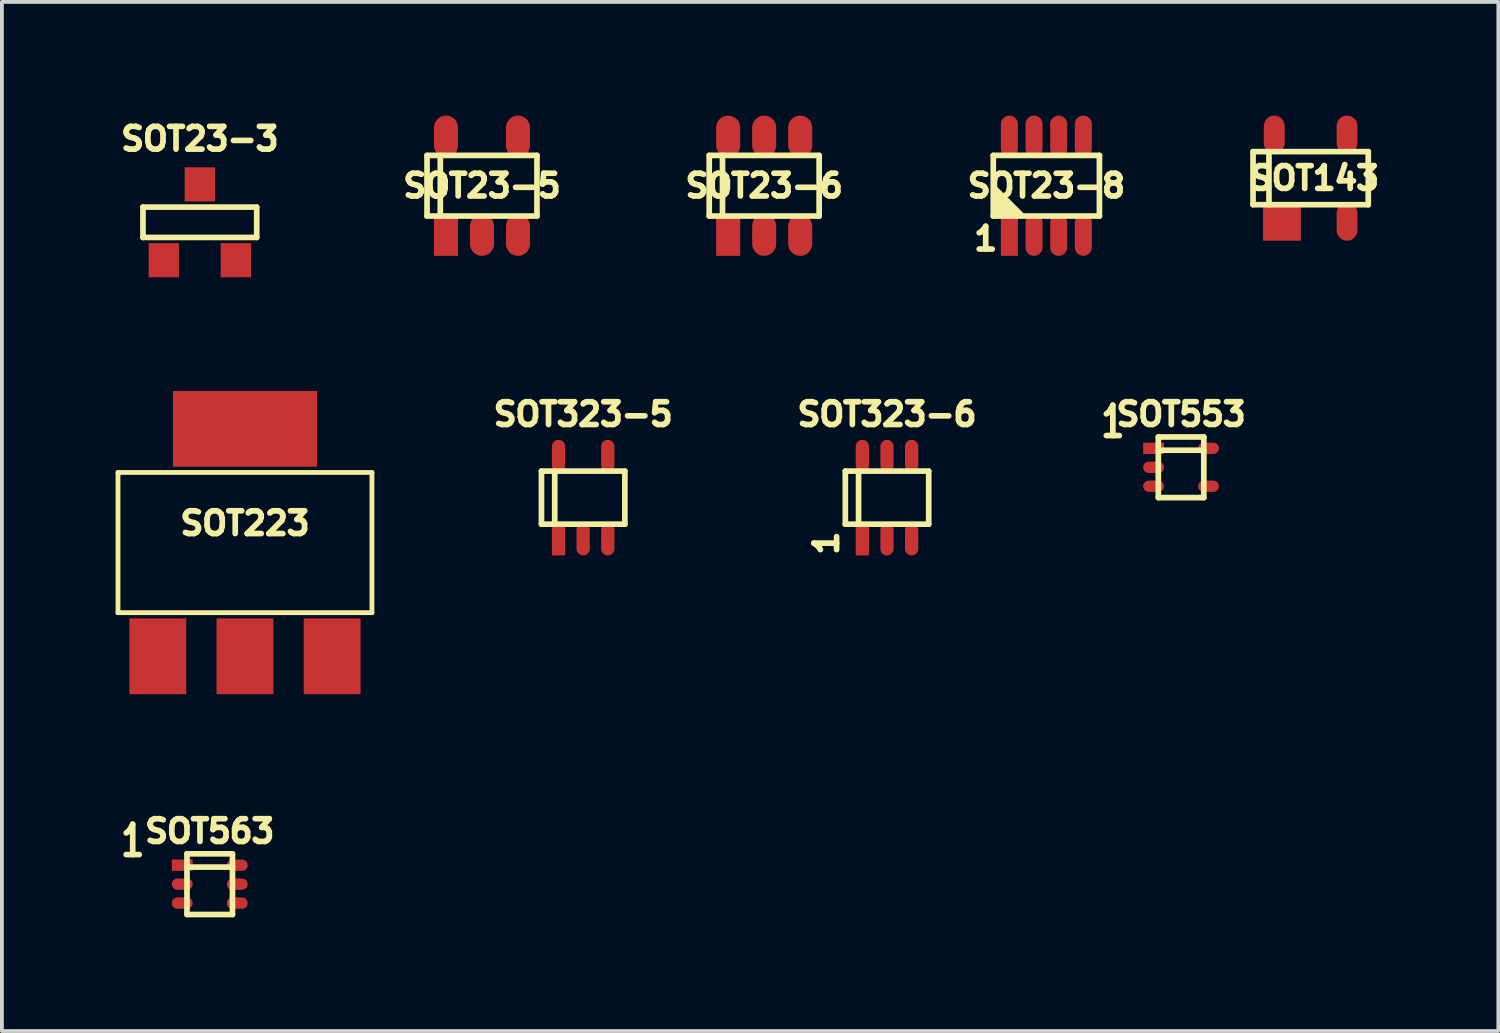
<source format=kicad_pcb>
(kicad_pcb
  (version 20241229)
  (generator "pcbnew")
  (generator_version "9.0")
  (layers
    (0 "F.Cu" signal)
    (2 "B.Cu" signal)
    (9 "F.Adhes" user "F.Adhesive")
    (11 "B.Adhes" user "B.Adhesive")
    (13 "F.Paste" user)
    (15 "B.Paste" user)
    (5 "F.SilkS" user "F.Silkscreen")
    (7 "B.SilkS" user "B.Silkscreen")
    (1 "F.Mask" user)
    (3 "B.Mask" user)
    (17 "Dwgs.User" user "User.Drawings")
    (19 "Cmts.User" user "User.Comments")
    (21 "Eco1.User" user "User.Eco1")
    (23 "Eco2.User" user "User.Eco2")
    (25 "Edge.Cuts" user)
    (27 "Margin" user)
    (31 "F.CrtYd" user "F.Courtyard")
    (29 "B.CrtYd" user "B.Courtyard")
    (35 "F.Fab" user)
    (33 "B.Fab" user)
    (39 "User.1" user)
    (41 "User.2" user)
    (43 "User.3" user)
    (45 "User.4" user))
  (footprint "SOT23-3"
    (layer "F.Cu")
    (at 2.222 2.814)
    (property "Reference" "SOT23-3" (at 0 -2.2 0) (layer "F.SilkS") (effects (font (size 0.6 0.6) (thickness 0.15))))
    (attr smd)
    (fp_line (start -1.5 -0.4) (end 1.5 -0.4) (stroke (width 0.15) (type solid)) (layer "F.SilkS"))
    (fp_line (start -1.5 0.4) (end -1.5 -0.4) (stroke (width 0.15) (type solid)) (layer "F.SilkS"))
    (fp_line (start 1.5 -0.4) (end 1.5 0.4) (stroke (width 0.15) (type solid)) (layer "F.SilkS"))
    (fp_line (start 1.5 0.4) (end -1.5 0.4) (stroke (width 0.15) (type solid)) (layer "F.SilkS"))
    (pad "1" smd rect (at -0.95 1) (size 0.8 0.9) (layers "F.Cu" "F.Mask" "F.Paste"))
    (pad "2" smd rect (at 0.95 1) (size 0.8 0.9) (layers "F.Cu" "F.Mask" "F.Paste"))
    (pad "3" smd rect (at 0 -1) (size 0.8 0.9) (layers "F.Cu" "F.Mask" "F.Paste")))
  (footprint "SOT23-5"
    (layer "F.Cu")
    (at 9.666 1.85)
    (property "Reference" "SOT23-5" (at 0 0 0) (layer "F.SilkS") (effects (font (size 0.6 0.6) (thickness 0.15))))
    (attr through_hole)
    (fp_line (start -1.45 -0.8) (end 1.45 -0.8) (stroke (width 0.15) (type solid)) (layer "F.SilkS"))
    (fp_line (start -1.45 0.8) (end -1.45 -0.8) (stroke (width 0.15) (type solid)) (layer "F.SilkS"))
    (fp_line (start -1.1 0.8) (end -1.1 -0.8) (stroke (width 0.15) (type solid)) (layer "F.SilkS"))
    (fp_line (start 1.45 -0.8) (end 1.45 0.8) (stroke (width 0.15) (type solid)) (layer "F.SilkS"))
    (fp_line (start 1.45 0.8) (end -1.45 0.8) (stroke (width 0.15) (type solid)) (layer "F.SilkS"))
    (pad "1" smd rect (at -0.95 1.3) (size 0.635 1.1) (layers "F.Cu" "F.Mask" "F.Paste"))
    (pad "2" smd oval (at 0 1.3) (size 0.635 1.1) (layers "F.Cu" "F.Mask" "F.Paste"))
    (pad "3" smd oval (at 0.95 1.3) (size 0.635 1.1) (layers "F.Cu" "F.Mask" "F.Paste"))
    (pad "4" smd oval (at 0.95 -1.3) (size 0.635 1.1) (layers "F.Cu" "F.Mask" "F.Paste"))
    (pad "5" smd oval (at -0.95 -1.3) (size 0.635 1.1) (layers "F.Cu" "F.Mask" "F.Paste")))
  (footprint "SOT323-5"
    (layer "F.Cu")
    (at 12.335 10.079)
    (property "Reference" "SOT323-5" (at 0 -2.2 0) (layer "F.SilkS") (effects (font (size 0.6 0.6) (thickness 0.15))))
    (attr smd)
    (fp_line (start -1.1 -0.7) (end 1.1 -0.7) (stroke (width 0.15) (type solid)) (layer "F.SilkS"))
    (fp_line (start -1.1 0.7) (end -1.1 -0.7) (stroke (width 0.15) (type solid)) (layer "F.SilkS"))
    (fp_line (start -0.75 -0.7) (end -0.75 0.7) (stroke (width 0.15) (type solid)) (layer "F.SilkS"))
    (fp_line (start 1.1 -0.7) (end 1.1 0.7) (stroke (width 0.15) (type solid)) (layer "F.SilkS"))
    (fp_line (start 1.1 0.7) (end -1.1 0.7) (stroke (width 0.15) (type solid)) (layer "F.SilkS"))
    (pad "1" smd rect (at -0.65 1.1) (size 0.35 0.85) (layers "F.Cu" "F.Mask" "F.Paste"))
    (pad "2" smd oval (at 0 1.1) (size 0.35 0.85) (layers "F.Cu" "F.Mask" "F.Paste"))
    (pad "3" smd oval (at 0.65 1.1) (size 0.35 0.85) (layers "F.Cu" "F.Mask" "F.Paste"))
    (pad "4" smd oval (at 0.65 -1.1) (size 0.35 0.85) (layers "F.Cu" "F.Mask" "F.Paste"))
    (pad "5" smd oval (at -0.65 -1.1) (size 0.35 0.85) (layers "F.Cu" "F.Mask" "F.Paste")))
  (footprint "SOT563"
    (layer "F.Cu")
    (at 2.483 20.276)
    (property "Reference" "SOT563" (at 0 -1.397 0) (layer "F.SilkS") (effects (font (size 0.6 0.6) (thickness 0.15))))
    (attr smd)
    (fp_line (start -0.6 -0.8) (end 0.6 -0.8) (stroke (width 0.15) (type solid)) (layer "F.SilkS"))
    (fp_line (start -0.6 -0.45) (end 0.6 -0.45) (stroke (width 0.15) (type solid)) (layer "F.SilkS"))
    (fp_line (start -0.6 0.8) (end -0.6 -0.8) (stroke (width 0.15) (type solid)) (layer "F.SilkS"))
    (fp_line (start 0.6 -0.8) (end 0.6 0.8) (stroke (width 0.15) (type solid)) (layer "F.SilkS"))
    (fp_line (start 0.6 0.8) (end -0.6 0.8) (stroke (width 0.15) (type solid)) (layer "F.SilkS"))
    (fp_text user "1" (at -2.032 -1.143 0) (layer "F.SilkS") (effects (font (size 0.8 0.6) (thickness 0.15))))
    (pad "1" smd rect (at -0.725 -0.5) (size 0.55 0.3) (layers "F.Cu" "F.Mask" "F.Paste"))
    (pad "2" smd oval (at -0.725 0) (size 0.55 0.3) (layers "F.Cu" "F.Mask" "F.Paste"))
    (pad "3" smd oval (at -0.725 0.5) (size 0.55 0.3) (layers "F.Cu" "F.Mask" "F.Paste"))
    (pad "4" smd oval (at 0.725 0.5) (size 0.55 0.3) (layers "F.Cu" "F.Mask" "F.Paste"))
    (pad "5" smd oval (at 0.725 0) (size 0.55 0.3) (layers "F.Cu" "F.Mask" "F.Paste"))
    (pad "6" smd oval (at 0.725 -0.5) (size 0.55 0.3) (layers "F.Cu" "F.Mask" "F.Paste")))
  (footprint "SOT143"
    (layer "F.Cu")
    (at 31.528 1.65)
    (property "Reference" "SOT143" (at 0.1 0 0) (layer "F.SilkS") (effects (font (size 0.6 0.6) (thickness 0.15))))
    (attr smd)
    (fp_line (start -1.52 -0.7) (end 1.52 -0.7) (stroke (width 0.15) (type solid)) (layer "F.SilkS"))
    (fp_line (start -1.52 0.7) (end -1.52 -0.7) (stroke (width 0.15) (type solid)) (layer "F.SilkS"))
    (fp_line (start -1.1 0.7) (end -1.1 -0.7) (stroke (width 0.15) (type solid)) (layer "F.SilkS"))
    (fp_line (start 1.52 -0.7) (end 1.52 0.7) (stroke (width 0.15) (type solid)) (layer "F.SilkS"))
    (fp_line (start 1.52 0.7) (end -1.52 0.7) (stroke (width 0.15) (type solid)) (layer "F.SilkS"))
    (pad "1" smd rect (at -0.76 1.15) (size 1 1) (layers "F.Cu" "F.Mask" "F.Paste"))
    (pad "2" smd oval (at 0.96 1.15) (size 0.55 1) (layers "F.Cu" "F.Mask" "F.Paste"))
    (pad "3" smd oval (at 0.96 -1.15) (size 0.55 1) (layers "F.Cu" "F.Mask" "F.Paste"))
    (pad "4" smd oval (at -0.96 -1.15) (size 0.55 1) (layers "F.Cu" "F.Mask" "F.Paste")))
  (footprint "SOT23-8"
    (layer "F.Cu")
    (at 24.555 1.85)
    (property "Reference" "SOT23-8" (at 0 0 0) (layer "F.SilkS") (effects (font (size 0.6 0.6) (thickness 0.15))))
    (attr through_hole)
    (fp_line (start -1.4 -0.8) (end 1.4 -0.8) (stroke (width 0.15) (type solid)) (layer "F.SilkS"))
    (fp_line (start -1.4 0.8) (end -1.4 -0.8) (stroke (width 0.15) (type solid)) (layer "F.SilkS"))
    (fp_line (start 1.4 -0.8) (end 1.4 0.8) (stroke (width 0.15) (type solid)) (layer "F.SilkS"))
    (fp_line (start 1.4 0.8) (end -1.4 0.8) (stroke (width 0.15) (type solid)) (layer "F.SilkS"))
    (fp_poly (pts (xy -0.6 0.8) (xy -1.4 0.8) (xy -1.4 0)) (stroke (width 0.1) (type solid)) (fill yes) (layer "F.SilkS"))
    (fp_text user "1" (at -1.6 1.4 0) (layer "F.SilkS") (effects (font (size 0.6 0.6) (thickness 0.15))))
    (pad "1" smd rect (at -0.975 1.3) (size 0.45 1.1) (layers "F.Cu" "F.Mask" "F.Paste"))
    (pad "2" smd oval (at -0.325 1.3) (size 0.45 1.1) (layers "F.Cu" "F.Mask" "F.Paste"))
    (pad "3" smd oval (at 0.325 1.3) (size 0.45 1.1) (layers "F.Cu" "F.Mask" "F.Paste"))
    (pad "4" smd oval (at 0.975 1.3) (size 0.45 1.1) (layers "F.Cu" "F.Mask" "F.Paste"))
    (pad "5" smd oval (at 0.975 -1.3) (size 0.45 1.1) (layers "F.Cu" "F.Mask" "F.Paste"))
    (pad "6" smd oval (at 0.325 -1.3) (size 0.45 1.1) (layers "F.Cu" "F.Mask" "F.Paste"))
    (pad "7" smd oval (at -0.325 -1.3) (size 0.45 1.1) (layers "F.Cu" "F.Mask" "F.Paste"))
    (pad "8" smd oval (at -0.975 -1.3) (size 0.45 1.1) (layers "F.Cu" "F.Mask" "F.Paste")))
  (footprint "SOT553"
    (layer "F.Cu")
    (at 28.109 9.278)
    (property "Reference" "SOT553" (at 0 -1.4 0) (layer "F.SilkS") (effects (font (size 0.6 0.6) (thickness 0.15))))
    (attr smd)
    (fp_line (start -0.6 -0.8) (end 0.6 -0.8) (stroke (width 0.15) (type solid)) (layer "F.SilkS"))
    (fp_line (start -0.6 -0.45) (end 0.6 -0.45) (stroke (width 0.15) (type solid)) (layer "F.SilkS"))
    (fp_line (start -0.6 0.8) (end -0.6 -0.8) (stroke (width 0.15) (type solid)) (layer "F.SilkS"))
    (fp_line (start 0.6 -0.8) (end 0.6 0.8) (stroke (width 0.15) (type solid)) (layer "F.SilkS"))
    (fp_line (start 0.6 0.8) (end -0.6 0.8) (stroke (width 0.15) (type solid)) (layer "F.SilkS"))
    (fp_text user "1" (at -1.8 -1.2 0) (layer "F.SilkS") (effects (font (size 0.8 0.6) (thickness 0.15))))
    (pad "1" smd rect (at -0.725 -0.5) (size 0.55 0.3) (layers "F.Cu" "F.Mask" "F.Paste"))
    (pad "2" smd oval (at -0.725 0) (size 0.55 0.3) (layers "F.Cu" "F.Mask" "F.Paste"))
    (pad "3" smd oval (at -0.725 0.5) (size 0.55 0.3) (layers "F.Cu" "F.Mask" "F.Paste"))
    (pad "4" smd oval (at 0.725 0.5) (size 0.55 0.3) (layers "F.Cu" "F.Mask" "F.Paste"))
    (pad "5" smd oval (at 0.725 -0.5) (size 0.55 0.3) (layers "F.Cu" "F.Mask" "F.Paste")))
  (footprint "SOT23-6"
    (layer "F.Cu")
    (at 17.111 1.85)
    (property "Reference" "SOT23-6" (at 0 0 0) (layer "F.SilkS") (effects (font (size 0.6 0.6) (thickness 0.15))))
    (attr smd)
    (fp_line (start -1.45 -0.8) (end 1.45 -0.8) (stroke (width 0.15) (type solid)) (layer "F.SilkS"))
    (fp_line (start -1.45 0.8) (end -1.45 -0.8) (stroke (width 0.15) (type solid)) (layer "F.SilkS"))
    (fp_line (start -1.1 0.8) (end -1.1 -0.8) (stroke (width 0.15) (type solid)) (layer "F.SilkS"))
    (fp_line (start 1.45 -0.8) (end 1.45 0.8) (stroke (width 0.15) (type solid)) (layer "F.SilkS"))
    (fp_line (start 1.45 0.8) (end -1.45 0.8) (stroke (width 0.15) (type solid)) (layer "F.SilkS"))
    (pad "1" smd rect (at -0.95 1.3) (size 0.635 1.1) (layers "F.Cu" "F.Mask" "F.Paste"))
    (pad "2" smd oval (at 0 1.3) (size 0.635 1.1) (layers "F.Cu" "F.Mask" "F.Paste"))
    (pad "3" smd oval (at 0.95 1.3) (size 0.635 1.1) (layers "F.Cu" "F.Mask" "F.Paste"))
    (pad "4" smd oval (at 0.95 -1.3) (size 0.635 1.1) (layers "F.Cu" "F.Mask" "F.Paste"))
    (pad "5" smd oval (at 0 -1.3) (size 0.635 1.1) (layers "F.Cu" "F.Mask" "F.Paste"))
    (pad "6" smd oval (at -0.95 -1.3) (size 0.635 1.1) (layers "F.Cu" "F.Mask" "F.Paste")))
  (footprint "SOT223"
    (layer "F.Cu")
    (at 3.413 11.264)
    (property "Reference" "SOT223" (at 0 -0.508 0) (layer "F.SilkS") (effects (font (size 0.6 0.6) (thickness 0.15))))
    (attr smd)
    (fp_line (start -3.35 -1.85) (end 3.35 -1.85) (stroke (width 0.127) (type solid)) (layer "F.SilkS"))
    (fp_line (start -3.35 1.85) (end -3.35 -1.85) (stroke (width 0.127) (type solid)) (layer "F.SilkS"))
    (fp_line (start 3.35 -1.85) (end 3.35 1.85) (stroke (width 0.127) (type solid)) (layer "F.SilkS"))
    (fp_line (start 3.35 1.85) (end -3.35 1.85) (stroke (width 0.127) (type solid)) (layer "F.SilkS"))
    (pad "1" smd rect (at -2.3 3) (size 1.5 2) (layers "F.Cu" "F.Mask" "F.Paste"))
    (pad "2" smd rect (at 0 -3) (size 3.8 2) (layers "F.Cu" "F.Mask" "F.Paste"))
    (pad "2" smd rect (at 0 3) (size 1.5 2) (layers "F.Cu" "F.Mask" "F.Paste"))
    (pad "3" smd rect (at 2.3 3) (size 1.5 2) (layers "F.Cu" "F.Mask" "F.Paste")))
  (footprint "SOT323-6"
    (layer "F.Cu")
    (at 20.351 10.079)
    (property "Reference" "SOT323-6" (at 0 -2.2 0) (layer "F.SilkS") (effects (font (size 0.6 0.6) (thickness 0.15))))
    (attr smd)
    (fp_line (start -1.1 -0.7) (end 1.1 -0.7) (stroke (width 0.15) (type solid)) (layer "F.SilkS"))
    (fp_line (start -1.1 0.7) (end -1.1 -0.7) (stroke (width 0.15) (type solid)) (layer "F.SilkS"))
    (fp_line (start -0.75 -0.7) (end -0.75 0.7) (stroke (width 0.15) (type solid)) (layer "F.SilkS"))
    (fp_line (start 1.1 -0.7) (end 1.1 0.7) (stroke (width 0.15) (type solid)) (layer "F.SilkS"))
    (fp_line (start 1.1 0.7) (end -1.1 0.7) (stroke (width 0.15) (type solid)) (layer "F.SilkS"))
    (fp_text user "1" (at -1.6 1.2 90) (layer "F.SilkS") (effects (font (size 0.6 0.6) (thickness 0.15))))
    (pad "1" smd rect (at -0.65 1.1) (size 0.35 0.85) (layers "F.Cu" "F.Mask" "F.Paste"))
    (pad "2" smd oval (at 0 1.1) (size 0.35 0.85) (layers "F.Cu" "F.Mask" "F.Paste"))
    (pad "3" smd oval (at 0.65 1.1) (size 0.35 0.85) (layers "F.Cu" "F.Mask" "F.Paste"))
    (pad "4" smd oval (at 0.65 -1.1) (size 0.35 0.85) (layers "F.Cu" "F.Mask" "F.Paste"))
    (pad "5" smd oval (at 0 -1.1) (size 0.35 0.85) (layers "F.Cu" "F.Mask" "F.Paste"))
    (pad "6" smd oval (at -0.65 -1.1) (size 0.35 0.85) (layers "F.Cu" "F.Mask" "F.Paste")))
  (gr_rect
    (start -3 -3)
    (end 36.479 24.151)
    (stroke (width 0.1) (type default))
    (fill no)
    (layer "Edge.Cuts")))
</source>
